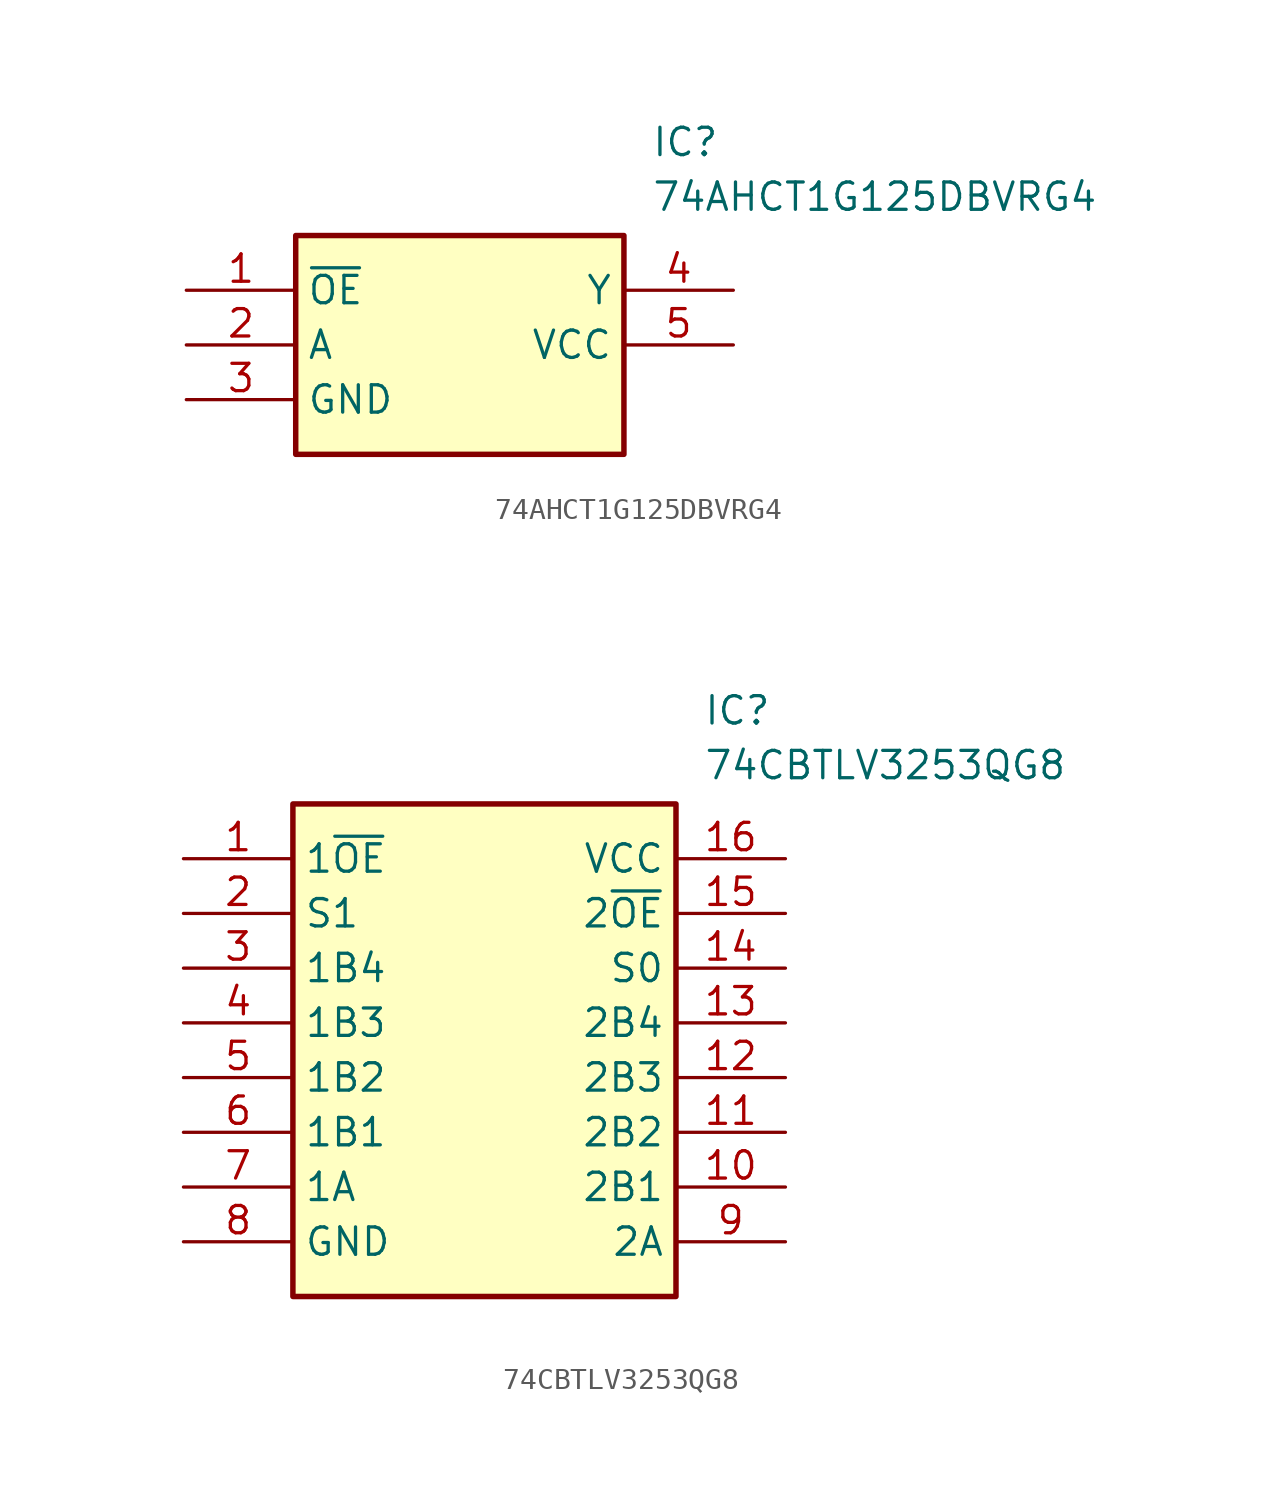
<source format=kicad_sym>
(kicad_symbol_lib
  (version 20241209)
  (generator "kicad_symbol_editor")
  (generator_version "9.0")
  (symbol "74AHCT1G125DBVRG4"
    (property "Reference" "IC"
      (at 21.59 7.62 0)
      (effects (font (size 1.27 1.27)) (justify left top)))
    (property "Value" "74AHCT1G125DBVRG4"
      (at 21.59 5.08 0)
      (effects (font (size 1.27 1.27)) (justify left top)))
    (rectangle
      (start 5.08 2.54)
      (end 20.32 -7.62)
      (stroke (width 0.254) (type default))
      (fill (type background)))
    (pin passive line
      (at 0 0 0)
      (length 5.08)
      (name "~{OE}" (effects (font (size 1.27 1.27))))
      (number "1" (effects (font (size 1.27 1.27)))))
    (pin passive line
      (at 0 -2.54 0)
      (length 5.08)
      (name "A" (effects (font (size 1.27 1.27))))
      (number "2" (effects (font (size 1.27 1.27)))))
    (pin passive line
      (at 0 -5.08 0)
      (length 5.08)
      (name "GND" (effects (font (size 1.27 1.27))))
      (number "3" (effects (font (size 1.27 1.27)))))
    (pin passive line
      (at 25.4 0 180)
      (length 5.08)
      (name "Y" (effects (font (size 1.27 1.27))))
      (number "4" (effects (font (size 1.27 1.27)))))
    (pin passive line
      (at 25.4 -2.54 180)
      (length 5.08)
      (name "VCC" (effects (font (size 1.27 1.27))))
      (number "5" (effects (font (size 1.27 1.27))))))
  (symbol "74CBTLV3253QG8"
    (property "Reference" "IC"
      (at 24.13 7.62 0)
      (effects (font (size 1.27 1.27)) (justify left top)))
    (property "Value" "74CBTLV3253QG8"
      (at 24.13 5.08 0)
      (effects (font (size 1.27 1.27)) (justify left top)))
    (symbol "74CBTLV3253QG8_1_1"
      (rectangle (start 5.08 2.54) (end 22.86 -20.32) (stroke (width 0.254) (type default)) (fill (type background)))
      (pin passive line (at 0 0 0) (length 5.08) (name "1~{OE}" (effects (font (size 1.27 1.27)))) (number "1" (effects (font (size 1.27 1.27)))))
      (pin passive line (at 0 -2.54 0) (length 5.08) (name "S1" (effects (font (size 1.27 1.27)))) (number "2" (effects (font (size 1.27 1.27)))))
      (pin passive line (at 0 -5.08 0) (length 5.08) (name "1B4" (effects (font (size 1.27 1.27)))) (number "3" (effects (font (size 1.27 1.27)))))
      (pin passive line (at 0 -7.62 0) (length 5.08) (name "1B3" (effects (font (size 1.27 1.27)))) (number "4" (effects (font (size 1.27 1.27)))))
      (pin passive line (at 0 -10.16 0) (length 5.08) (name "1B2" (effects (font (size 1.27 1.27)))) (number "5" (effects (font (size 1.27 1.27)))))
      (pin passive line (at 0 -12.7 0) (length 5.08) (name "1B1" (effects (font (size 1.27 1.27)))) (number "6" (effects (font (size 1.27 1.27)))))
      (pin passive line (at 0 -15.24 0) (length 5.08) (name "1A" (effects (font (size 1.27 1.27)))) (number "7" (effects (font (size 1.27 1.27)))))
      (pin passive line (at 0 -17.78 0) (length 5.08) (name "GND" (effects (font (size 1.27 1.27)))) (number "8" (effects (font (size 1.27 1.27)))))
      (pin passive line (at 27.94 0 180) (length 5.08) (name "VCC" (effects (font (size 1.27 1.27)))) (number "16" (effects (font (size 1.27 1.27)))))
      (pin passive line (at 27.94 -2.54 180) (length 5.08) (name "2~{OE}" (effects (font (size 1.27 1.27)))) (number "15" (effects (font (size 1.27 1.27)))))
      (pin passive line (at 27.94 -5.08 180) (length 5.08) (name "S0" (effects (font (size 1.27 1.27)))) (number "14" (effects (font (size 1.27 1.27)))))
      (pin passive line (at 27.94 -7.62 180) (length 5.08) (name "2B4" (effects (font (size 1.27 1.27)))) (number "13" (effects (font (size 1.27 1.27)))))
      (pin passive line (at 27.94 -10.16 180) (length 5.08) (name "2B3" (effects (font (size 1.27 1.27)))) (number "12" (effects (font (size 1.27 1.27)))))
      (pin passive line (at 27.94 -12.7 180) (length 5.08) (name "2B2" (effects (font (size 1.27 1.27)))) (number "11" (effects (font (size 1.27 1.27)))))
      (pin passive line (at 27.94 -15.24 180) (length 5.08) (name "2B1" (effects (font (size 1.27 1.27)))) (number "10" (effects (font (size 1.27 1.27)))))
      (pin passive line (at 27.94 -17.78 180) (length 5.08) (name "2A" (effects (font (size 1.27 1.27)))) (number "9" (effects (font (size 1.27 1.27))))))))
</source>
